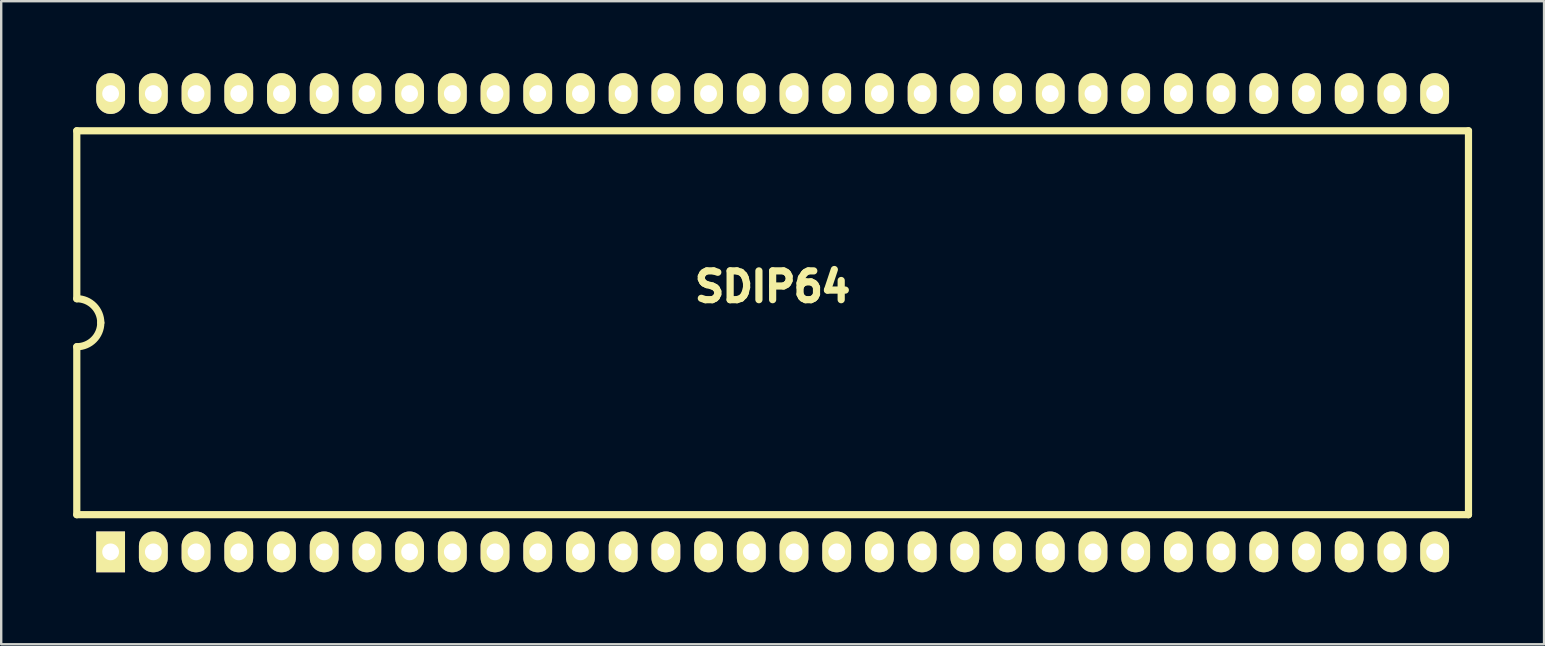
<source format=kicad_pcb>
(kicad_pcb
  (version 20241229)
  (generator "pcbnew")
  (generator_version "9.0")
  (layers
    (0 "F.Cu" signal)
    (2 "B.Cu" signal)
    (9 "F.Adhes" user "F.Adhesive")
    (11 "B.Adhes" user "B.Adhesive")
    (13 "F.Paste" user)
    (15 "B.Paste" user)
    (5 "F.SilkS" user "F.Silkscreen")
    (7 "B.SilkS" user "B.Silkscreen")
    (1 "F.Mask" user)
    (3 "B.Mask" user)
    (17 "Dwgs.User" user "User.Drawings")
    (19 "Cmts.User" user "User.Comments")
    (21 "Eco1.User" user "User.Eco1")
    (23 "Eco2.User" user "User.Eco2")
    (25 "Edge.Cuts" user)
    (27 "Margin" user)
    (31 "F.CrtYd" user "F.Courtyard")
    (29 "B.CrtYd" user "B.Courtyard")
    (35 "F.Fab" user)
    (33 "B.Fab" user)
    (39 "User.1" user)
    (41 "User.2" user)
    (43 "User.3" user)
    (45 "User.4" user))
  (footprint "SDIP64"
    (layer "F.Cu")
    (at 29.15 10.4)
    (property "Reference" "SDIP64" (at 0 -1.5 0) (layer "F.SilkS") (effects (font (size 1.2 1.2) (thickness 0.3))))
    (attr through_hole)
    (fp_line (start -29 -8) (end -29 -1) (stroke (width 0.3) (type solid)) (layer "F.SilkS"))
    (fp_line (start -29 1) (end -29 8) (stroke (width 0.3) (type solid)) (layer "F.SilkS"))
    (fp_line (start -29 8) (end 29 8) (stroke (width 0.3) (type solid)) (layer "F.SilkS"))
    (fp_line (start 29 -8) (end -29 -8) (stroke (width 0.3) (type solid)) (layer "F.SilkS"))
    (fp_line (start 29 8) (end 29 -8) (stroke (width 0.3) (type solid)) (layer "F.SilkS"))
    (fp_arc (start -29 -1) (mid -28.292893 -0.707107) (end -28 0) (stroke (width 0.3) (type solid)) (layer "F.SilkS"))
    (fp_arc (start -28 0) (mid -28.292893 0.707107) (end -29 1) (stroke (width 0.3) (type solid)) (layer "F.SilkS"))
    (pad "1" thru_hole rect (at -27.59 9.55) (size 1.2 1.7) (drill 0.7) (layers "*.Cu" "*.Mask" "F.SilkS"))
    (pad "2" thru_hole oval (at -25.81 9.55) (size 1.2 1.7) (drill 0.7) (layers "*.Cu" "*.Mask" "F.SilkS"))
    (pad "3" thru_hole oval (at -24.03 9.55) (size 1.2 1.7) (drill 0.7) (layers "*.Cu" "*.Mask" "F.SilkS"))
    (pad "4" thru_hole oval (at -22.25 9.55) (size 1.2 1.7) (drill 0.7) (layers "*.Cu" "*.Mask" "F.SilkS"))
    (pad "5" thru_hole oval (at -20.47 9.55) (size 1.2 1.7) (drill 0.7) (layers "*.Cu" "*.Mask" "F.SilkS"))
    (pad "6" thru_hole oval (at -18.69 9.55) (size 1.2 1.7) (drill 0.7) (layers "*.Cu" "*.Mask" "F.SilkS"))
    (pad "7" thru_hole oval (at -16.91 9.55) (size 1.2 1.7) (drill 0.7) (layers "*.Cu" "*.Mask" "F.SilkS"))
    (pad "8" thru_hole oval (at -15.13 9.55) (size 1.2 1.7) (drill 0.7) (layers "*.Cu" "*.Mask" "F.SilkS"))
    (pad "9" thru_hole oval (at -13.35 9.55) (size 1.2 1.7) (drill 0.7) (layers "*.Cu" "*.Mask" "F.SilkS"))
    (pad "10" thru_hole oval (at -11.57 9.55) (size 1.2 1.7) (drill 0.7) (layers "*.Cu" "*.Mask" "F.SilkS"))
    (pad "11" thru_hole oval (at -9.79 9.55) (size 1.2 1.7) (drill 0.7) (layers "*.Cu" "*.Mask" "F.SilkS"))
    (pad "12" thru_hole oval (at -8.01 9.55) (size 1.2 1.7) (drill 0.7) (layers "*.Cu" "*.Mask" "F.SilkS"))
    (pad "13" thru_hole oval (at -6.23 9.55) (size 1.2 1.7) (drill 0.7) (layers "*.Cu" "*.Mask" "F.SilkS"))
    (pad "14" thru_hole oval (at -4.45 9.55) (size 1.2 1.7) (drill 0.7) (layers "*.Cu" "*.Mask" "F.SilkS"))
    (pad "15" thru_hole oval (at -2.67 9.55) (size 1.2 1.7) (drill 0.7) (layers "*.Cu" "*.Mask" "F.SilkS"))
    (pad "16" thru_hole oval (at -0.89 9.55) (size 1.2 1.7) (drill 0.7) (layers "*.Cu" "*.Mask" "F.SilkS"))
    (pad "17" thru_hole oval (at 0.89 9.55) (size 1.2 1.7) (drill 0.7) (layers "*.Cu" "*.Mask" "F.SilkS"))
    (pad "18" thru_hole oval (at 2.67 9.55) (size 1.2 1.7) (drill 0.7) (layers "*.Cu" "*.Mask" "F.SilkS"))
    (pad "19" thru_hole oval (at 4.45 9.55) (size 1.2 1.7) (drill 0.7) (layers "*.Cu" "*.Mask" "F.SilkS"))
    (pad "20" thru_hole oval (at 6.23 9.55) (size 1.2 1.7) (drill 0.7) (layers "*.Cu" "*.Mask" "F.SilkS"))
    (pad "21" thru_hole oval (at 8.01 9.55) (size 1.2 1.7) (drill 0.7) (layers "*.Cu" "*.Mask" "F.SilkS"))
    (pad "22" thru_hole oval (at 9.79 9.55) (size 1.2 1.7) (drill 0.7) (layers "*.Cu" "*.Mask" "F.SilkS"))
    (pad "23" thru_hole oval (at 11.57 9.55) (size 1.2 1.7) (drill 0.7) (layers "*.Cu" "*.Mask" "F.SilkS"))
    (pad "24" thru_hole oval (at 13.35 9.55) (size 1.2 1.7) (drill 0.7) (layers "*.Cu" "*.Mask" "F.SilkS"))
    (pad "25" thru_hole oval (at 15.13 9.55) (size 1.2 1.7) (drill 0.7) (layers "*.Cu" "*.Mask" "F.SilkS"))
    (pad "26" thru_hole oval (at 16.91 9.55) (size 1.2 1.7) (drill 0.7) (layers "*.Cu" "*.Mask" "F.SilkS"))
    (pad "27" thru_hole oval (at 18.69 9.55) (size 1.2 1.7) (drill 0.7) (layers "*.Cu" "*.Mask" "F.SilkS"))
    (pad "28" thru_hole oval (at 20.47 9.55) (size 1.2 1.7) (drill 0.7) (layers "*.Cu" "*.Mask" "F.SilkS"))
    (pad "29" thru_hole oval (at 22.25 9.55) (size 1.2 1.7) (drill 0.7) (layers "*.Cu" "*.Mask" "F.SilkS"))
    (pad "30" thru_hole oval (at 24.03 9.55) (size 1.2 1.7) (drill 0.7) (layers "*.Cu" "*.Mask" "F.SilkS"))
    (pad "31" thru_hole oval (at 25.81 9.55) (size 1.2 1.7) (drill 0.7) (layers "*.Cu" "*.Mask" "F.SilkS"))
    (pad "32" thru_hole oval (at 27.59 9.55) (size 1.2 1.7) (drill 0.7) (layers "*.Cu" "*.Mask" "F.SilkS"))
    (pad "33" thru_hole oval (at 27.59 -9.55) (size 1.2 1.7) (drill 0.7) (layers "*.Cu" "*.Mask" "F.SilkS"))
    (pad "34" thru_hole oval (at 25.81 -9.55) (size 1.2 1.7) (drill 0.7) (layers "*.Cu" "*.Mask" "F.SilkS"))
    (pad "35" thru_hole oval (at 24.03 -9.55) (size 1.2 1.7) (drill 0.7) (layers "*.Cu" "*.Mask" "F.SilkS"))
    (pad "36" thru_hole oval (at 22.25 -9.55) (size 1.2 1.7) (drill 0.7) (layers "*.Cu" "*.Mask" "F.SilkS"))
    (pad "37" thru_hole oval (at 20.47 -9.55) (size 1.2 1.7) (drill 0.7) (layers "*.Cu" "*.Mask" "F.SilkS"))
    (pad "38" thru_hole oval (at 18.69 -9.55) (size 1.2 1.7) (drill 0.7) (layers "*.Cu" "*.Mask" "F.SilkS"))
    (pad "39" thru_hole oval (at 16.91 -9.55) (size 1.2 1.7) (drill 0.7) (layers "*.Cu" "*.Mask" "F.SilkS"))
    (pad "40" thru_hole oval (at 15.13 -9.55) (size 1.2 1.7) (drill 0.7) (layers "*.Cu" "*.Mask" "F.SilkS"))
    (pad "41" thru_hole oval (at 13.35 -9.55) (size 1.2 1.7) (drill 0.7) (layers "*.Cu" "*.Mask" "F.SilkS"))
    (pad "42" thru_hole oval (at 11.57 -9.55) (size 1.2 1.7) (drill 0.7) (layers "*.Cu" "*.Mask" "F.SilkS"))
    (pad "43" thru_hole oval (at 9.79 -9.55) (size 1.2 1.7) (drill 0.7) (layers "*.Cu" "*.Mask" "F.SilkS"))
    (pad "44" thru_hole oval (at 8.01 -9.55) (size 1.2 1.7) (drill 0.7) (layers "*.Cu" "*.Mask" "F.SilkS"))
    (pad "45" thru_hole oval (at 6.23 -9.55) (size 1.2 1.7) (drill 0.7) (layers "*.Cu" "*.Mask" "F.SilkS"))
    (pad "46" thru_hole oval (at 4.45 -9.55) (size 1.2 1.7) (drill 0.7) (layers "*.Cu" "*.Mask" "F.SilkS"))
    (pad "47" thru_hole oval (at 2.67 -9.55) (size 1.2 1.7) (drill 0.7) (layers "*.Cu" "*.Mask" "F.SilkS"))
    (pad "48" thru_hole oval (at 0.89 -9.55) (size 1.2 1.7) (drill 0.7) (layers "*.Cu" "*.Mask" "F.SilkS"))
    (pad "49" thru_hole oval (at -0.89 -9.55) (size 1.2 1.7) (drill 0.7) (layers "*.Cu" "*.Mask" "F.SilkS"))
    (pad "50" thru_hole oval (at -2.67 -9.55) (size 1.2 1.7) (drill 0.7) (layers "*.Cu" "*.Mask" "F.SilkS"))
    (pad "51" thru_hole oval (at -4.45 -9.55) (size 1.2 1.7) (drill 0.7) (layers "*.Cu" "*.Mask" "F.SilkS"))
    (pad "52" thru_hole oval (at -6.23 -9.55) (size 1.2 1.7) (drill 0.7) (layers "*.Cu" "*.Mask" "F.SilkS"))
    (pad "53" thru_hole oval (at -8.01 -9.55) (size 1.2 1.7) (drill 0.7) (layers "*.Cu" "*.Mask" "F.SilkS"))
    (pad "54" thru_hole oval (at -9.79 -9.55) (size 1.2 1.7) (drill 0.7) (layers "*.Cu" "*.Mask" "F.SilkS"))
    (pad "55" thru_hole oval (at -11.57 -9.55) (size 1.2 1.7) (drill 0.7) (layers "*.Cu" "*.Mask" "F.SilkS"))
    (pad "56" thru_hole oval (at -13.35 -9.55) (size 1.2 1.7) (drill 0.7) (layers "*.Cu" "*.Mask" "F.SilkS"))
    (pad "57" thru_hole oval (at -15.13 -9.55) (size 1.2 1.7) (drill 0.7) (layers "*.Cu" "*.Mask" "F.SilkS"))
    (pad "58" thru_hole oval (at -16.91 -9.55) (size 1.2 1.7) (drill 0.7) (layers "*.Cu" "*.Mask" "F.SilkS"))
    (pad "59" thru_hole oval (at -18.69 -9.55) (size 1.2 1.7) (drill 0.7) (layers "*.Cu" "*.Mask" "F.SilkS"))
    (pad "60" thru_hole oval (at -20.47 -9.55) (size 1.2 1.7) (drill 0.7) (layers "*.Cu" "*.Mask" "F.SilkS"))
    (pad "61" thru_hole oval (at -22.25 -9.55) (size 1.2 1.7) (drill 0.7) (layers "*.Cu" "*.Mask" "F.SilkS"))
    (pad "62" thru_hole oval (at -24.03 -9.55) (size 1.2 1.7) (drill 0.7) (layers "*.Cu" "*.Mask" "F.SilkS"))
    (pad "63" thru_hole oval (at -25.81 -9.55) (size 1.2 1.7) (drill 0.7) (layers "*.Cu" "*.Mask" "F.SilkS"))
    (pad "64" thru_hole oval (at -27.59 -9.55) (size 1.2 1.7) (drill 0.7) (layers "*.Cu" "*.Mask" "F.SilkS")))
  (gr_rect
    (start -3 -3)
    (end 61.3 23.801)
    (stroke (width 0.1) (type default))
    (fill no)
    (layer "Edge.Cuts")))
</source>
